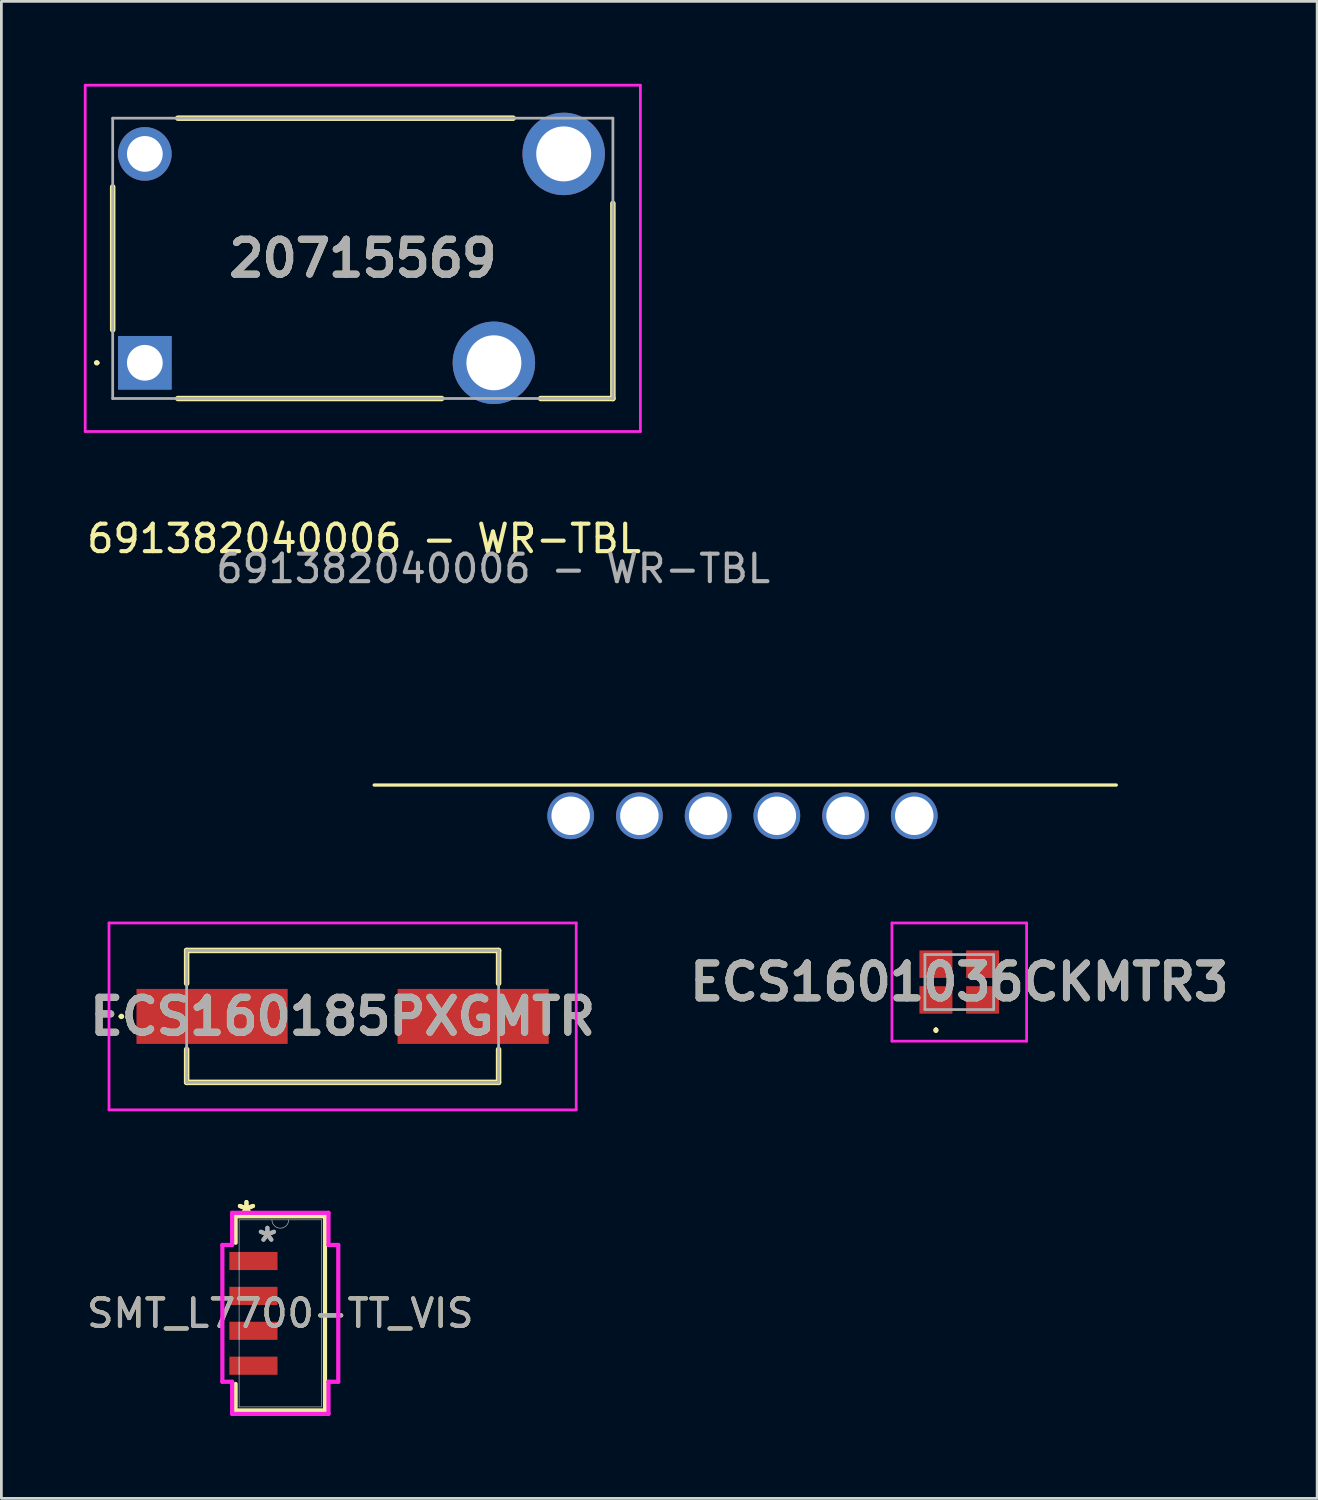
<source format=kicad_pcb>
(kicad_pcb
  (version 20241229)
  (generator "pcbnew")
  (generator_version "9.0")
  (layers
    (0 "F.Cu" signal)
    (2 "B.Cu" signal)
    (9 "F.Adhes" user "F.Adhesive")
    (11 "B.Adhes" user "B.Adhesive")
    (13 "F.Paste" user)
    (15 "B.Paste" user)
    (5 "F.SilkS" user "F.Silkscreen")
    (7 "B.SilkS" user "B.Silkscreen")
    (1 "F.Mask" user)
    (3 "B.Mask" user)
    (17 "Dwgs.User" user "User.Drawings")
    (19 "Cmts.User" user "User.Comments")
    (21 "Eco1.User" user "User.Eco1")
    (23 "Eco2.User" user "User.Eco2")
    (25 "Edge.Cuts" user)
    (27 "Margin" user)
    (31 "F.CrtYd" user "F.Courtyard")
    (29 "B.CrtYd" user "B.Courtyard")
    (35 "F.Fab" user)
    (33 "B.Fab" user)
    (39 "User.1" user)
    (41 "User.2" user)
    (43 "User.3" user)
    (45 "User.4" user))
  (footprint "ECS1601036CKMTR3"
    (layer "F.Cu")
    (at 31.853 32.682)
    (property "Reference" "ECS1601036CKMTR3" (at 0 0 0) (layer "F.SilkS") (effects (font (size 1.27 1.27) (thickness 0.254))))
    (attr smd)
    (fp_line (start -0.85 1.7) (end -0.85 1.7) (stroke (width 0.1) (type solid)) (layer "F.SilkS"))
    (fp_line (start -0.85 1.8) (end -0.85 1.8) (stroke (width 0.1) (type solid)) (layer "F.SilkS"))
    (fp_arc (start -0.85 1.7) (mid -0.8 1.75) (end -0.85 1.8) (stroke (width 0.1) (type solid)) (layer "F.SilkS"))
    (fp_arc (start -0.85 1.8) (mid -0.9 1.75) (end -0.85 1.7) (stroke (width 0.1) (type solid)) (layer "F.SilkS"))
    (fp_line (start -2.45 -2.15) (end 2.45 -2.15) (stroke (width 0.1) (type solid)) (layer "F.CrtYd"))
    (fp_line (start -2.45 2.15) (end -2.45 -2.15) (stroke (width 0.1) (type solid)) (layer "F.CrtYd"))
    (fp_line (start 2.45 -2.15) (end 2.45 2.15) (stroke (width 0.1) (type solid)) (layer "F.CrtYd"))
    (fp_line (start 2.45 2.15) (end -2.45 2.15) (stroke (width 0.1) (type solid)) (layer "F.CrtYd"))
    (fp_line (start -1.25 -1) (end -1.25 1) (stroke (width 0.1) (type solid)) (layer "F.Fab"))
    (fp_line (start -1.25 1) (end 1.25 1) (stroke (width 0.1) (type solid)) (layer "F.Fab"))
    (fp_line (start 1.25 -1) (end -1.25 -1) (stroke (width 0.1) (type solid)) (layer "F.Fab"))
    (fp_line (start 1.25 1) (end 1.25 -1) (stroke (width 0.1) (type solid)) (layer "F.Fab"))
    (fp_text user "${REFERENCE}" (at 0 0 0) (layer "F.Fab") (effects (font (size 1.27 1.27) (thickness 0.254))))
    (pad "1" smd rect (at -0.85 0.65 90) (size 1 1.2) (layers "F.Cu" "F.Mask" "F.Paste"))
    (pad "2" smd rect (at 0.85 0.65 90) (size 1 1.2) (layers "F.Cu" "F.Mask" "F.Paste"))
    (pad "3" smd rect (at 0.85 -0.65 90) (size 1 1.2) (layers "F.Cu" "F.Mask" "F.Paste"))
    (pad "4" smd rect (at -0.85 -0.65 90) (size 1 1.2) (layers "F.Cu" "F.Mask" "F.Paste")))
  (footprint "20715569"
    (layer "F.Cu")
    (at 2.22 10.15)
    (property "Reference" "20715569" (at 7.93 -3.8 0) (layer "F.SilkS") (effects (font (size 1.27 1.27) (thickness 0.254))))
    (attr through_hole)
    (fp_line (start -1.8 0) (end -1.8 0) (stroke (width 0.1) (type solid)) (layer "F.SilkS"))
    (fp_line (start -1.7 0) (end -1.7 0) (stroke (width 0.1) (type solid)) (layer "F.SilkS"))
    (fp_line (start -1.17 -6.4) (end -1.17 -1.2) (stroke (width 0.2) (type solid)) (layer "F.SilkS"))
    (fp_line (start 1.2 1.3) (end 10.8 1.3) (stroke (width 0.2) (type solid)) (layer "F.SilkS"))
    (fp_line (start 13.4 -8.9) (end 1.2 -8.9) (stroke (width 0.2) (type solid)) (layer "F.SilkS"))
    (fp_line (start 14.4 1.3) (end 17.03 1.3) (stroke (width 0.2) (type solid)) (layer "F.SilkS"))
    (fp_line (start 17.03 1.3) (end 17.03 -5.8) (stroke (width 0.2) (type solid)) (layer "F.SilkS"))
    (fp_arc (start -1.8 0) (mid -1.75 -0.05) (end -1.7 0) (stroke (width 0.1) (type solid)) (layer "F.SilkS"))
    (fp_arc (start -1.7 0) (mid -1.75 0.05) (end -1.8 0) (stroke (width 0.1) (type solid)) (layer "F.SilkS"))
    (fp_line (start -2.17 -10.1) (end -2.17 2.5) (stroke (width 0.1) (type solid)) (layer "F.CrtYd"))
    (fp_line (start -2.17 2.5) (end 18.03 2.5) (stroke (width 0.1) (type solid)) (layer "F.CrtYd"))
    (fp_line (start 18.03 -10.1) (end -2.17 -10.1) (stroke (width 0.1) (type solid)) (layer "F.CrtYd"))
    (fp_line (start 18.03 2.5) (end 18.03 -10.1) (stroke (width 0.1) (type solid)) (layer "F.CrtYd"))
    (fp_line (start -1.17 -8.9) (end 17.03 -8.9) (stroke (width 0.1) (type solid)) (layer "F.Fab"))
    (fp_line (start -1.17 1.3) (end -1.17 -8.9) (stroke (width 0.1) (type solid)) (layer "F.Fab"))
    (fp_line (start 17.03 -8.9) (end 17.03 1.3) (stroke (width 0.1) (type solid)) (layer "F.Fab"))
    (fp_line (start 17.03 1.3) (end -1.17 1.3) (stroke (width 0.1) (type solid)) (layer "F.Fab"))
    (fp_text user "${REFERENCE}" (at 7.93 -3.8 0) (layer "F.Fab") (effects (font (size 1.27 1.27) (thickness 0.254))))
    (pad "1" thru_hole rect (at 0 0) (size 1.95 1.95) (drill 1.3) (layers "*.Cu" "*.Mask"))
    (pad "2" thru_hole circle (at 0 -7.6) (size 1.95 1.95) (drill 1.3) (layers "*.Cu" "*.Mask"))
    (pad "3" thru_hole circle (at 12.7 0) (size 3 3) (drill 2) (layers "*.Cu" "*.Mask"))
    (pad "4" thru_hole circle (at 15.24 -7.6) (size 3 3) (drill 2) (layers "*.Cu" "*.Mask")))
  (footprint "691382040006 - WR-TBL"
    (layer "F.Cu")
    (at 17.715 26.632)
    (property "Reference" "691382040006 - WR-TBL" (at -7.518 -10.084 0) (unlocked yes) (layer "F.SilkS") (effects (font (size 1 1) (thickness 0.15))))
    (attr through_hole)
    (fp_line (start -7.15 -1.118) (end 19.85 -1.118) (stroke (width 0.12) (type default)) (layer "F.SilkS"))
    (fp_text user "${REFERENCE}" (at -2.819 -8.992 0) (unlocked yes) (layer "F.Fab") (effects (font (size 1 1) (thickness 0.15))))
    (pad "1" thru_hole circle (at 0 0) (size 1.7 1.7) (drill 1.4) (layers "*.Cu" "*.Mask"))
    (pad "2" thru_hole circle (at 2.5 0) (size 1.7 1.7) (drill 1.4) (layers "*.Cu" "*.Mask"))
    (pad "3" thru_hole circle (at 5 0) (size 1.7 1.7) (drill 1.4) (layers "*.Cu" "*.Mask"))
    (pad "4" thru_hole circle (at 7.5 0) (size 1.7 1.7) (drill 1.4) (layers "*.Cu" "*.Mask"))
    (pad "5" thru_hole circle (at 10 0) (size 1.7 1.7) (drill 1.4) (layers "*.Cu" "*.Mask"))
    (pad "6" thru_hole circle (at 12.5 0) (size 1.7 1.7) (drill 1.4) (layers "*.Cu" "*.Mask")))
  (footprint "ECS160185PXGMTR"
    (layer "F.Cu")
    (at 9.416 33.932)
    (property "Reference" "ECS160185PXGMTR" (at 0 0 0) (layer "F.SilkS") (effects (font (size 1.27 1.27) (thickness 0.254))))
    (attr smd)
    (fp_line (start -8.1 0) (end -8.1 0) (stroke (width 0.1) (type solid)) (layer "F.SilkS"))
    (fp_line (start -8 0) (end -8 0) (stroke (width 0.1) (type solid)) (layer "F.SilkS"))
    (fp_line (start -5.675 -2.4) (end 5.675 -2.4) (stroke (width 0.2) (type solid)) (layer "F.SilkS"))
    (fp_line (start -5.675 -1.2) (end -5.675 -2.4) (stroke (width 0.2) (type solid)) (layer "F.SilkS"))
    (fp_line (start -5.675 2.4) (end -5.675 1.2) (stroke (width 0.2) (type solid)) (layer "F.SilkS"))
    (fp_line (start 5.675 -2.4) (end 5.675 -1.2) (stroke (width 0.2) (type solid)) (layer "F.SilkS"))
    (fp_line (start 5.675 1.2) (end 5.675 2.4) (stroke (width 0.2) (type solid)) (layer "F.SilkS"))
    (fp_line (start 5.675 2.4) (end -5.675 2.4) (stroke (width 0.2) (type solid)) (layer "F.SilkS"))
    (fp_arc (start -8.1 0) (mid -8.05 -0.05) (end -8 0) (stroke (width 0.1) (type solid)) (layer "F.SilkS"))
    (fp_arc (start -8 0) (mid -8.05 0.05) (end -8.1 0) (stroke (width 0.1) (type solid)) (layer "F.SilkS"))
    (fp_line (start -8.5 -3.4) (end 8.5 -3.4) (stroke (width 0.1) (type solid)) (layer "F.CrtYd"))
    (fp_line (start -8.5 3.4) (end -8.5 -3.4) (stroke (width 0.1) (type solid)) (layer "F.CrtYd"))
    (fp_line (start 8.5 -3.4) (end 8.5 3.4) (stroke (width 0.1) (type solid)) (layer "F.CrtYd"))
    (fp_line (start 8.5 3.4) (end -8.5 3.4) (stroke (width 0.1) (type solid)) (layer "F.CrtYd"))
    (fp_line (start -5.675 -2.4) (end -5.675 2.4) (stroke (width 0.1) (type solid)) (layer "F.Fab"))
    (fp_line (start -5.675 2.4) (end 5.675 2.4) (stroke (width 0.1) (type solid)) (layer "F.Fab"))
    (fp_line (start 5.675 -2.4) (end -5.675 -2.4) (stroke (width 0.1) (type solid)) (layer "F.Fab"))
    (fp_line (start 5.675 2.4) (end 5.675 -2.4) (stroke (width 0.1) (type solid)) (layer "F.Fab"))
    (fp_text user "${REFERENCE}" (at 0 0 0) (layer "F.Fab") (effects (font (size 1.27 1.27) (thickness 0.254))))
    (pad "1" smd rect (at -4.75 0 90) (size 2 5.5) (layers "F.Cu" "F.Mask" "F.Paste"))
    (pad "2" smd rect (at 4.75 0 90) (size 2 5.5) (layers "F.Cu" "F.Mask" "F.Paste")))
  (footprint "SMT_L7700-TT_VIS"
    (layer "F.Cu")
    (at 7.149 44.736)
    (property "Reference" "SMT_L7700-TT_VIS" (at 0 0 0) (unlocked yes) (layer "F.SilkS") (effects (font (size 1 1) (thickness 0.15))))
    (attr smd)
    (fp_line (start -1.626 -3.531) (end -1.626 -2.568) (stroke (width 0.152) (type solid)) (layer "F.SilkS"))
    (fp_line (start -1.626 2.568) (end -1.626 3.531) (stroke (width 0.152) (type solid)) (layer "F.SilkS"))
    (fp_line (start -1.626 3.531) (end 1.626 3.531) (stroke (width 0.152) (type solid)) (layer "F.SilkS"))
    (fp_line (start 1.626 -3.531) (end -1.626 -3.531) (stroke (width 0.152) (type solid)) (layer "F.SilkS"))
    (fp_line (start 1.626 3.531) (end 1.626 -3.531) (stroke (width 0.152) (type solid)) (layer "F.SilkS"))
    (fp_line (start -2.108 -2.489) (end -1.753 -2.489) (stroke (width 0.152) (type solid)) (layer "F.CrtYd"))
    (fp_line (start -2.108 2.489) (end -2.108 -2.489) (stroke (width 0.152) (type solid)) (layer "F.CrtYd"))
    (fp_line (start -2.108 2.489) (end -1.753 2.489) (stroke (width 0.152) (type solid)) (layer "F.CrtYd"))
    (fp_line (start -1.753 -3.658) (end 1.753 -3.658) (stroke (width 0.152) (type solid)) (layer "F.CrtYd"))
    (fp_line (start -1.753 -2.489) (end -1.753 -3.658) (stroke (width 0.152) (type solid)) (layer "F.CrtYd"))
    (fp_line (start -1.753 3.658) (end -1.753 2.489) (stroke (width 0.152) (type solid)) (layer "F.CrtYd"))
    (fp_line (start 1.753 -3.658) (end 1.753 -2.489) (stroke (width 0.152) (type solid)) (layer "F.CrtYd"))
    (fp_line (start 1.753 2.489) (end 1.753 3.658) (stroke (width 0.152) (type solid)) (layer "F.CrtYd"))
    (fp_line (start 1.753 3.658) (end -1.753 3.658) (stroke (width 0.152) (type solid)) (layer "F.CrtYd"))
    (fp_line (start 2.108 -2.489) (end 1.753 -2.489) (stroke (width 0.152) (type solid)) (layer "F.CrtYd"))
    (fp_line (start 2.108 -2.489) (end 2.108 2.489) (stroke (width 0.152) (type solid)) (layer "F.CrtYd"))
    (fp_line (start 2.108 2.489) (end 1.753 2.489) (stroke (width 0.152) (type solid)) (layer "F.CrtYd"))
    (fp_line (start -1.499 -3.404) (end -1.499 3.404) (stroke (width 0.025) (type solid)) (layer "F.Fab"))
    (fp_line (start -1.499 -2.21) (end -1.499 -2.21) (stroke (width 0.025) (type solid)) (layer "F.Fab"))
    (fp_line (start -1.499 -2.21) (end -1.499 -1.6) (stroke (width 0.025) (type solid)) (layer "F.Fab"))
    (fp_line (start -1.499 -1.6) (end -1.499 -2.21) (stroke (width 0.025) (type solid)) (layer "F.Fab"))
    (fp_line (start -1.499 -1.6) (end -1.499 -1.6) (stroke (width 0.025) (type solid)) (layer "F.Fab"))
    (fp_line (start -1.499 -0.94) (end -1.499 -0.94) (stroke (width 0.025) (type solid)) (layer "F.Fab"))
    (fp_line (start -1.499 -0.94) (end -1.499 -0.33) (stroke (width 0.025) (type solid)) (layer "F.Fab"))
    (fp_line (start -1.499 -0.33) (end -1.499 -0.94) (stroke (width 0.025) (type solid)) (layer "F.Fab"))
    (fp_line (start -1.499 -0.33) (end -1.499 -0.33) (stroke (width 0.025) (type solid)) (layer "F.Fab"))
    (fp_line (start -1.499 0.33) (end -1.499 0.33) (stroke (width 0.025) (type solid)) (layer "F.Fab"))
    (fp_line (start -1.499 0.33) (end -1.499 0.94) (stroke (width 0.025) (type solid)) (layer "F.Fab"))
    (fp_line (start -1.499 0.94) (end -1.499 0.33) (stroke (width 0.025) (type solid)) (layer "F.Fab"))
    (fp_line (start -1.499 0.94) (end -1.499 0.94) (stroke (width 0.025) (type solid)) (layer "F.Fab"))
    (fp_line (start -1.499 1.6) (end -1.499 1.6) (stroke (width 0.025) (type solid)) (layer "F.Fab"))
    (fp_line (start -1.499 1.6) (end -1.499 2.21) (stroke (width 0.025) (type solid)) (layer "F.Fab"))
    (fp_line (start -1.499 2.21) (end -1.499 1.6) (stroke (width 0.025) (type solid)) (layer "F.Fab"))
    (fp_line (start -1.499 2.21) (end -1.499 2.21) (stroke (width 0.025) (type solid)) (layer "F.Fab"))
    (fp_line (start -1.499 3.404) (end 1.499 3.404) (stroke (width 0.025) (type solid)) (layer "F.Fab"))
    (fp_line (start 1.499 -3.404) (end -1.499 -3.404) (stroke (width 0.025) (type solid)) (layer "F.Fab"))
    (fp_line (start 1.499 3.404) (end 1.499 -3.404) (stroke (width 0.025) (type solid)) (layer "F.Fab"))
    (fp_arc (start 0.3048 -3.4036) (mid 0 -3.0988) (end -0.3048 -3.4036) (stroke (width 0.0254) (type solid)) (layer "F.Fab"))
    (fp_text user "*" (at -1.232 -3.505 0) (unlocked yes) (layer "F.SilkS") (effects (font (size 1 1) (thickness 0.15))))
    (fp_text user "*" (at -1.232 -3.505 0) (layer "F.SilkS") (effects (font (size 1 1) (thickness 0.15))))
    (fp_text user "*" (at -0.47 -2.565 0) (unlocked yes) (layer "F.Fab") (effects (font (size 1 1) (thickness 0.15))))
    (fp_text user "${REFERENCE}" (at 0 0 0) (unlocked yes) (layer "F.Fab") (effects (font (size 1 1) (thickness 0.15))))
    (fp_text user "*" (at -0.47 -2.565 0) (layer "F.Fab") (effects (font (size 1 1) (thickness 0.15))))
    (pad "1" smd rect (at -0.978 -1.905) (size 1.753 0.66) (layers "F.Cu" "F.Mask" "F.Paste"))
    (pad "2" smd rect (at -0.978 -0.635) (size 1.753 0.66) (layers "F.Cu" "F.Mask" "F.Paste"))
    (pad "3" smd rect (at -0.978 0.635) (size 1.753 0.66) (layers "F.Cu" "F.Mask" "F.Paste"))
    (pad "4" smd rect (at -0.978 1.905) (size 1.753 0.66) (layers "F.Cu" "F.Mask" "F.Paste")))
  (gr_rect
    (start -3 -3)
    (end 44.874 51.469)
    (stroke (width 0.1) (type default))
    (fill no)
    (layer "Edge.Cuts")))
</source>
